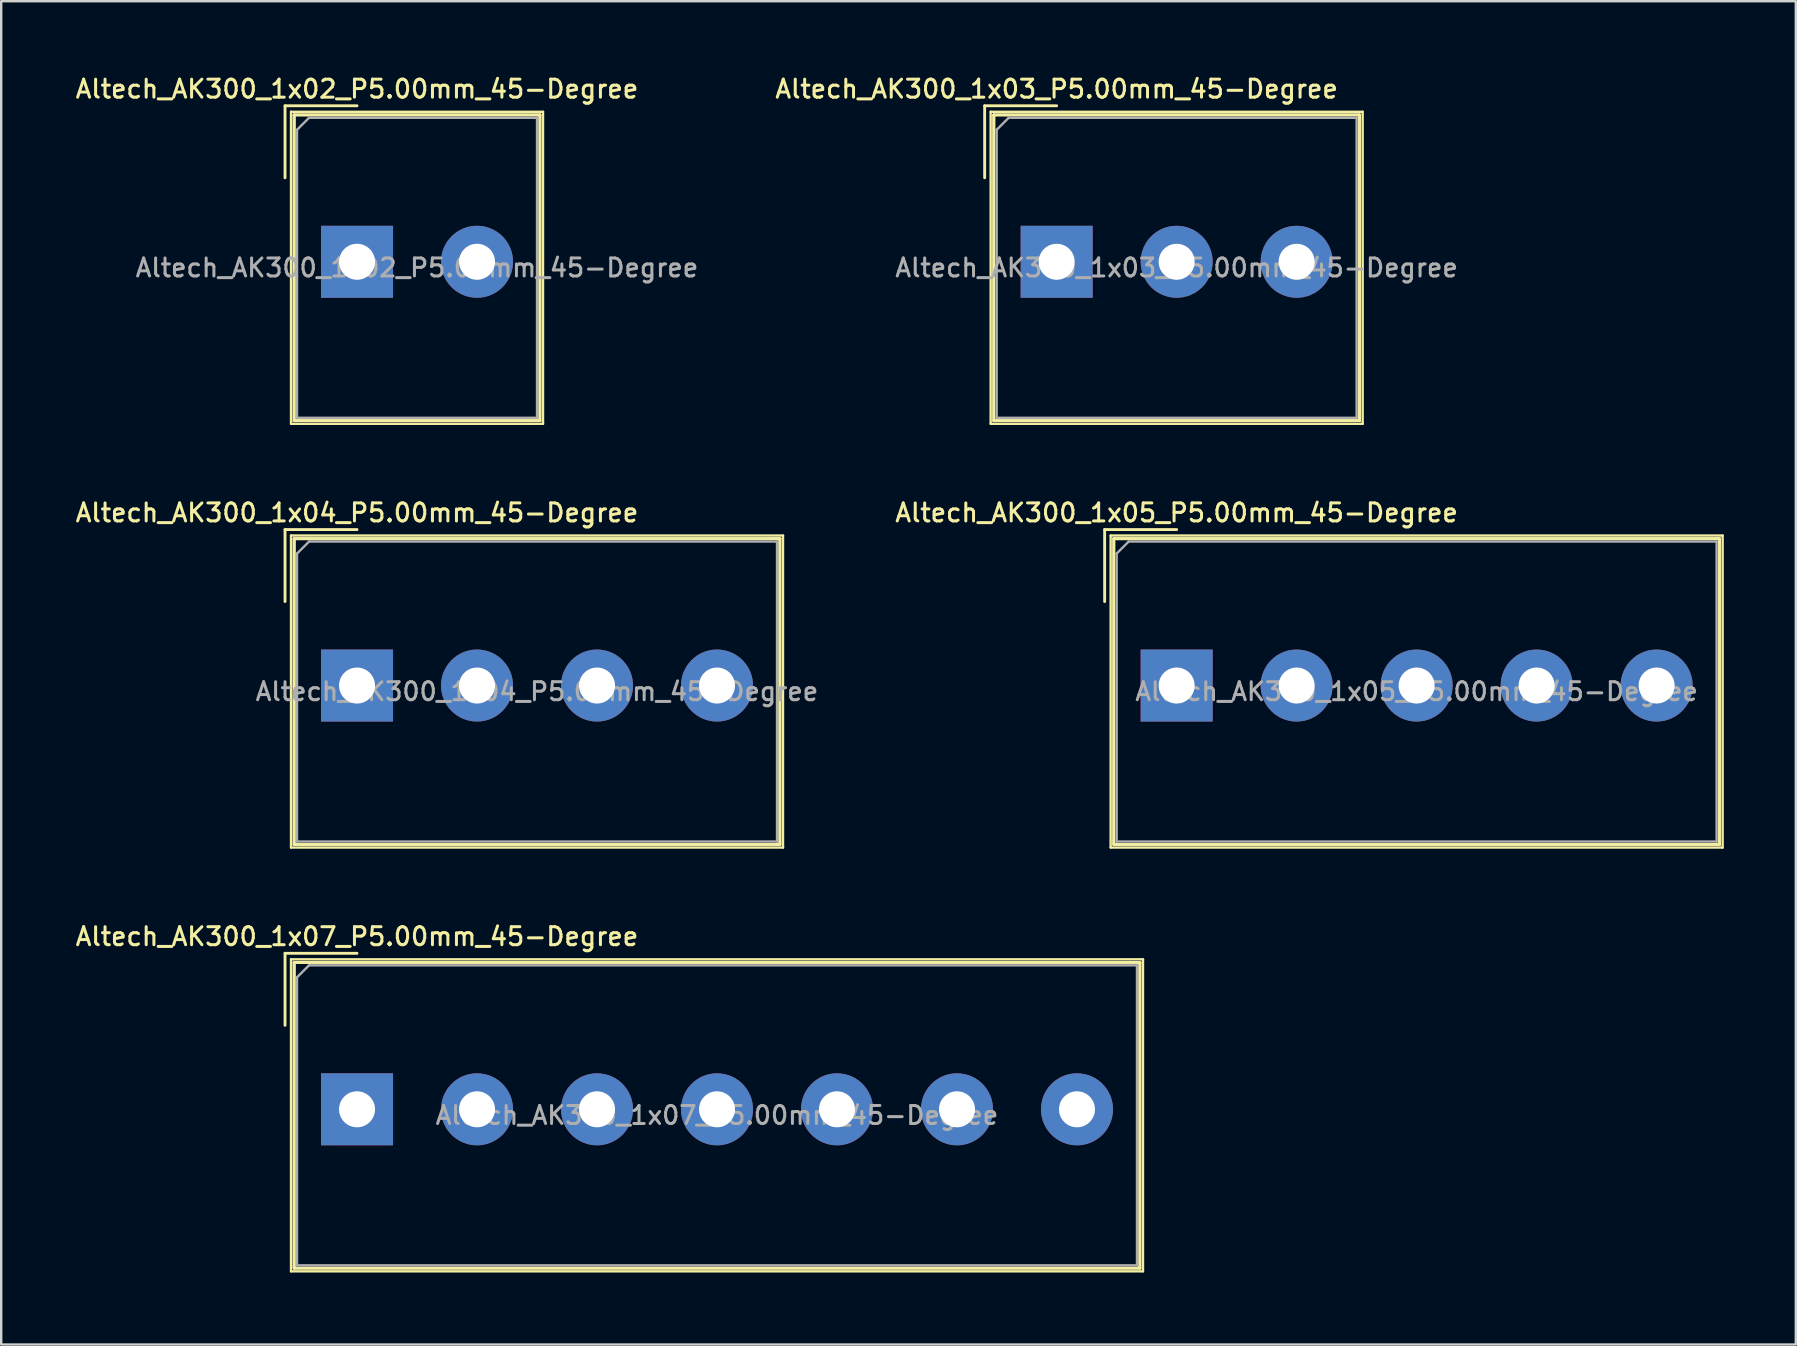
<source format=kicad_pcb>
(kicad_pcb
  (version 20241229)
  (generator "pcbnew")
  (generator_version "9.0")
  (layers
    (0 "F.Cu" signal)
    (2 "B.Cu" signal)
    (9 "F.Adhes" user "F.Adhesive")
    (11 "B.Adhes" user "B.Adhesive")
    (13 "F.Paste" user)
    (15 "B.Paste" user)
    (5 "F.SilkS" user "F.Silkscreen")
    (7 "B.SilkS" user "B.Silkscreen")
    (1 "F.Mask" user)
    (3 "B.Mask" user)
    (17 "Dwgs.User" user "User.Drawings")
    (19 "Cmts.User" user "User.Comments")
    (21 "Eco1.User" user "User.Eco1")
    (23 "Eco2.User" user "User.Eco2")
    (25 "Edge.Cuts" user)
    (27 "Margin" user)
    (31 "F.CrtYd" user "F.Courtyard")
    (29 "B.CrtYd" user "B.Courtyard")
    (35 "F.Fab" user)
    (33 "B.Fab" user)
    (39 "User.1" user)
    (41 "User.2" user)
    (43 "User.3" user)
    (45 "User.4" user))
  (footprint "Altech_AK300_1x03_P5.00mm_45-Degree"
    (layer "F.Cu")
    (at 40.98 7.858)
    (property "Reference" "Altech_AK300_1x03_P5.00mm_45-Degree" (at 0 -7.2 0) (layer "F.SilkS") (effects (font (size 0.75 0.75) (thickness 0.125))))
    (attr through_hole)
    (fp_line (start -3 -6.5) (end 0 -6.5) (stroke (width 0.12) (type solid)) (layer "F.SilkS"))
    (fp_line (start -3 -3.5) (end -3 -6.5) (stroke (width 0.12) (type solid)) (layer "F.SilkS"))
    (fp_line (start -2.75 -6.25) (end -2.75 6.75) (stroke (width 0.1) (type solid)) (layer "F.SilkS"))
    (fp_line (start -2.75 -6.25) (end 12.75 -6.25) (stroke (width 0.1) (type solid)) (layer "F.SilkS"))
    (fp_line (start -2.75 6.75) (end 12.75 6.75) (stroke (width 0.1) (type solid)) (layer "F.SilkS"))
    (fp_line (start -2.62 -6.12) (end -2.62 6.62) (stroke (width 0.12) (type solid)) (layer "F.SilkS"))
    (fp_line (start -2.62 -6.12) (end -2.62 6.62) (stroke (width 0.12) (type solid)) (layer "F.SilkS"))
    (fp_line (start -2.62 -6.12) (end 12.62 -6.12) (stroke (width 0.12) (type solid)) (layer "F.SilkS"))
    (fp_line (start -2.62 -6.12) (end 12.62 -6.12) (stroke (width 0.12) (type solid)) (layer "F.SilkS"))
    (fp_line (start -2.62 6.62) (end 12.62 6.62) (stroke (width 0.12) (type solid)) (layer "F.SilkS"))
    (fp_line (start -2.62 6.62) (end 12.62 6.62) (stroke (width 0.12) (type solid)) (layer "F.SilkS"))
    (fp_line (start 12.62 -6.12) (end 12.62 6.62) (stroke (width 0.12) (type solid)) (layer "F.SilkS"))
    (fp_line (start 12.62 -6.12) (end 12.62 6.62) (stroke (width 0.12) (type solid)) (layer "F.SilkS"))
    (fp_line (start 12.75 -6.25) (end 12.75 6.75) (stroke (width 0.1) (type solid)) (layer "F.SilkS"))
    (fp_line (start -2.5 -5.5) (end -2 -6) (stroke (width 0.1) (type solid)) (layer "F.Fab"))
    (fp_line (start -2.5 6.5) (end -2.5 -5.5) (stroke (width 0.1) (type solid)) (layer "F.Fab"))
    (fp_line (start -2 -6) (end 12.5 -6) (stroke (width 0.1) (type solid)) (layer "F.Fab"))
    (fp_line (start 12.5 -6) (end 12.5 6.5) (stroke (width 0.1) (type solid)) (layer "F.Fab"))
    (fp_line (start 12.5 6.5) (end -2.5 6.5) (stroke (width 0.1) (type solid)) (layer "F.Fab"))
    (fp_text user "${REFERENCE}" (at 5 0.25 0) (layer "F.Fab") (effects (font (size 0.75 0.75) (thickness 0.125))))
    (pad "1" thru_hole rect (at 0 0) (size 3 3) (drill 1.5) (layers "*.Cu" "*.Mask"))
    (pad "2" thru_hole circle (at 5 0) (size 3 3) (drill 1.5) (layers "*.Cu" "*.Mask"))
    (pad "3" thru_hole circle (at 10 0) (size 3 3) (drill 1.5) (layers "*.Cu" "*.Mask")))
  (footprint "Altech_AK300_1x02_P5.00mm_45-Degree"
    (layer "F.Cu")
    (at 11.827 7.858)
    (property "Reference" "Altech_AK300_1x02_P5.00mm_45-Degree" (at 0 -7.2 0) (layer "F.SilkS") (effects (font (size 0.75 0.75) (thickness 0.125))))
    (attr through_hole)
    (fp_line (start -3 -6.5) (end 0 -6.5) (stroke (width 0.12) (type solid)) (layer "F.SilkS"))
    (fp_line (start -3 -3.5) (end -3 -6.5) (stroke (width 0.12) (type solid)) (layer "F.SilkS"))
    (fp_line (start -2.75 -6.25) (end -2.75 6.75) (stroke (width 0.1) (type solid)) (layer "F.SilkS"))
    (fp_line (start -2.75 -6.25) (end 7.75 -6.25) (stroke (width 0.1) (type solid)) (layer "F.SilkS"))
    (fp_line (start -2.75 6.75) (end 7.75 6.75) (stroke (width 0.1) (type solid)) (layer "F.SilkS"))
    (fp_line (start -2.62 -6.12) (end -2.62 6.62) (stroke (width 0.12) (type solid)) (layer "F.SilkS"))
    (fp_line (start -2.62 -6.12) (end -2.62 6.62) (stroke (width 0.12) (type solid)) (layer "F.SilkS"))
    (fp_line (start -2.62 -6.12) (end 7.62 -6.12) (stroke (width 0.12) (type solid)) (layer "F.SilkS"))
    (fp_line (start -2.62 -6.12) (end 7.62 -6.12) (stroke (width 0.12) (type solid)) (layer "F.SilkS"))
    (fp_line (start -2.62 6.62) (end 7.62 6.62) (stroke (width 0.12) (type solid)) (layer "F.SilkS"))
    (fp_line (start -2.62 6.62) (end 7.62 6.62) (stroke (width 0.12) (type solid)) (layer "F.SilkS"))
    (fp_line (start 7.62 -6.12) (end 7.62 6.62) (stroke (width 0.12) (type solid)) (layer "F.SilkS"))
    (fp_line (start 7.62 -6.12) (end 7.62 6.62) (stroke (width 0.12) (type solid)) (layer "F.SilkS"))
    (fp_line (start 7.75 -6.25) (end 7.75 6.75) (stroke (width 0.1) (type solid)) (layer "F.SilkS"))
    (fp_line (start -2.5 -5.5) (end -2 -6) (stroke (width 0.1) (type solid)) (layer "F.Fab"))
    (fp_line (start -2.5 6.5) (end -2.5 -5.5) (stroke (width 0.1) (type solid)) (layer "F.Fab"))
    (fp_line (start -2 -6) (end 7.5 -6) (stroke (width 0.1) (type solid)) (layer "F.Fab"))
    (fp_line (start 7.5 -6) (end 7.5 6.5) (stroke (width 0.1) (type solid)) (layer "F.Fab"))
    (fp_line (start 7.5 6.5) (end -2.5 6.5) (stroke (width 0.1) (type solid)) (layer "F.Fab"))
    (fp_text user "${REFERENCE}" (at 2.5 0.25 0) (layer "F.Fab") (effects (font (size 0.75 0.75) (thickness 0.125))))
    (pad "1" thru_hole rect (at 0 0) (size 3 3) (drill 1.5) (layers "*.Cu" "*.Mask"))
    (pad "2" thru_hole circle (at 5 0) (size 3 3) (drill 1.5) (layers "*.Cu" "*.Mask")))
  (footprint "Altech_AK300_1x05_P5.00mm_45-Degree"
    (layer "F.Cu")
    (at 45.98 25.516)
    (property "Reference" "Altech_AK300_1x05_P5.00mm_45-Degree" (at 0 -7.2 0) (layer "F.SilkS") (effects (font (size 0.75 0.75) (thickness 0.125))))
    (attr through_hole)
    (fp_line (start -3 -6.5) (end 0 -6.5) (stroke (width 0.12) (type solid)) (layer "F.SilkS"))
    (fp_line (start -3 -3.5) (end -3 -6.5) (stroke (width 0.12) (type solid)) (layer "F.SilkS"))
    (fp_line (start -2.75 -6.25) (end -2.75 6.75) (stroke (width 0.1) (type solid)) (layer "F.SilkS"))
    (fp_line (start -2.75 -6.25) (end 22.75 -6.25) (stroke (width 0.1) (type solid)) (layer "F.SilkS"))
    (fp_line (start -2.75 6.75) (end 22.75 6.75) (stroke (width 0.1) (type solid)) (layer "F.SilkS"))
    (fp_line (start -2.62 -6.12) (end -2.62 6.62) (stroke (width 0.12) (type solid)) (layer "F.SilkS"))
    (fp_line (start -2.62 -6.12) (end -2.62 6.62) (stroke (width 0.12) (type solid)) (layer "F.SilkS"))
    (fp_line (start -2.62 -6.12) (end 22.62 -6.12) (stroke (width 0.12) (type solid)) (layer "F.SilkS"))
    (fp_line (start -2.62 -6.12) (end 22.62 -6.12) (stroke (width 0.12) (type solid)) (layer "F.SilkS"))
    (fp_line (start -2.62 6.62) (end 22.62 6.62) (stroke (width 0.12) (type solid)) (layer "F.SilkS"))
    (fp_line (start -2.62 6.62) (end 22.62 6.62) (stroke (width 0.12) (type solid)) (layer "F.SilkS"))
    (fp_line (start 22.62 -6.12) (end 22.62 6.62) (stroke (width 0.12) (type solid)) (layer "F.SilkS"))
    (fp_line (start 22.62 -6.12) (end 22.62 6.62) (stroke (width 0.12) (type solid)) (layer "F.SilkS"))
    (fp_line (start 22.75 -6.25) (end 22.75 6.75) (stroke (width 0.1) (type solid)) (layer "F.SilkS"))
    (fp_line (start -2.5 -5.5) (end -2 -6) (stroke (width 0.1) (type solid)) (layer "F.Fab"))
    (fp_line (start -2.5 6.5) (end -2.5 -5.5) (stroke (width 0.1) (type solid)) (layer "F.Fab"))
    (fp_line (start -2 -6) (end 22.5 -6) (stroke (width 0.1) (type solid)) (layer "F.Fab"))
    (fp_line (start 22.5 -6) (end 22.5 6.5) (stroke (width 0.1) (type solid)) (layer "F.Fab"))
    (fp_line (start 22.5 6.5) (end -2.5 6.5) (stroke (width 0.1) (type solid)) (layer "F.Fab"))
    (fp_text user "${REFERENCE}" (at 10 0.25 0) (layer "F.Fab") (effects (font (size 0.75 0.75) (thickness 0.125))))
    (pad "1" thru_hole rect (at 0 0) (size 3 3) (drill 1.5) (layers "*.Cu" "*.Mask"))
    (pad "2" thru_hole circle (at 5 0) (size 3 3) (drill 1.5) (layers "*.Cu" "*.Mask"))
    (pad "3" thru_hole circle (at 10 0) (size 3 3) (drill 1.5) (layers "*.Cu" "*.Mask"))
    (pad "4" thru_hole circle (at 15 0) (size 3 3) (drill 1.5) (layers "*.Cu" "*.Mask"))
    (pad "5" thru_hole circle (at 20 0) (size 3 3) (drill 1.5) (layers "*.Cu" "*.Mask")))
  (footprint "Altech_AK300_1x04_P5.00mm_45-Degree"
    (layer "F.Cu")
    (at 11.827 25.516)
    (property "Reference" "Altech_AK300_1x04_P5.00mm_45-Degree" (at 0 -7.2 0) (layer "F.SilkS") (effects (font (size 0.75 0.75) (thickness 0.125))))
    (attr through_hole)
    (fp_line (start -3 -6.5) (end 0 -6.5) (stroke (width 0.12) (type solid)) (layer "F.SilkS"))
    (fp_line (start -3 -3.5) (end -3 -6.5) (stroke (width 0.12) (type solid)) (layer "F.SilkS"))
    (fp_line (start -2.75 -6.25) (end -2.75 6.75) (stroke (width 0.1) (type solid)) (layer "F.SilkS"))
    (fp_line (start -2.75 -6.25) (end 17.75 -6.25) (stroke (width 0.1) (type solid)) (layer "F.SilkS"))
    (fp_line (start -2.75 6.75) (end 17.75 6.75) (stroke (width 0.1) (type solid)) (layer "F.SilkS"))
    (fp_line (start -2.62 -6.12) (end -2.62 6.62) (stroke (width 0.12) (type solid)) (layer "F.SilkS"))
    (fp_line (start -2.62 -6.12) (end -2.62 6.62) (stroke (width 0.12) (type solid)) (layer "F.SilkS"))
    (fp_line (start -2.62 -6.12) (end 17.62 -6.12) (stroke (width 0.12) (type solid)) (layer "F.SilkS"))
    (fp_line (start -2.62 -6.12) (end 17.62 -6.12) (stroke (width 0.12) (type solid)) (layer "F.SilkS"))
    (fp_line (start -2.62 6.62) (end 17.62 6.62) (stroke (width 0.12) (type solid)) (layer "F.SilkS"))
    (fp_line (start -2.62 6.62) (end 17.62 6.62) (stroke (width 0.12) (type solid)) (layer "F.SilkS"))
    (fp_line (start 17.62 -6.12) (end 17.62 6.62) (stroke (width 0.12) (type solid)) (layer "F.SilkS"))
    (fp_line (start 17.62 -6.12) (end 17.62 6.62) (stroke (width 0.12) (type solid)) (layer "F.SilkS"))
    (fp_line (start 17.75 -6.25) (end 17.75 6.75) (stroke (width 0.1) (type solid)) (layer "F.SilkS"))
    (fp_line (start -2.5 -5.5) (end -2 -6) (stroke (width 0.1) (type solid)) (layer "F.Fab"))
    (fp_line (start -2.5 6.5) (end -2.5 -5.5) (stroke (width 0.1) (type solid)) (layer "F.Fab"))
    (fp_line (start -2 -6) (end 17.5 -6) (stroke (width 0.1) (type solid)) (layer "F.Fab"))
    (fp_line (start 17.5 -6) (end 17.5 6.5) (stroke (width 0.1) (type solid)) (layer "F.Fab"))
    (fp_line (start 17.5 6.5) (end -2.5 6.5) (stroke (width 0.1) (type solid)) (layer "F.Fab"))
    (fp_text user "${REFERENCE}" (at 7.5 0.25 0) (layer "F.Fab") (effects (font (size 0.75 0.75) (thickness 0.125))))
    (pad "1" thru_hole rect (at 0 0) (size 3 3) (drill 1.5) (layers "*.Cu" "*.Mask"))
    (pad "2" thru_hole circle (at 5 0) (size 3 3) (drill 1.5) (layers "*.Cu" "*.Mask"))
    (pad "3" thru_hole circle (at 10 0) (size 3 3) (drill 1.5) (layers "*.Cu" "*.Mask"))
    (pad "4" thru_hole circle (at 15 0) (size 3 3) (drill 1.5) (layers "*.Cu" "*.Mask")))
  (footprint "Altech_AK300_1x07_P5.00mm_45-Degree"
    (layer "F.Cu")
    (at 11.827 43.174)
    (property "Reference" "Altech_AK300_1x07_P5.00mm_45-Degree" (at 0 -7.2 0) (layer "F.SilkS") (effects (font (size 0.75 0.75) (thickness 0.125))))
    (attr through_hole)
    (fp_line (start -3 -6.5) (end 0 -6.5) (stroke (width 0.12) (type solid)) (layer "F.SilkS"))
    (fp_line (start -3 -3.5) (end -3 -6.5) (stroke (width 0.12) (type solid)) (layer "F.SilkS"))
    (fp_line (start -2.75 -6.25) (end -2.75 6.75) (stroke (width 0.1) (type solid)) (layer "F.SilkS"))
    (fp_line (start -2.75 -6.25) (end 32.75 -6.25) (stroke (width 0.1) (type solid)) (layer "F.SilkS"))
    (fp_line (start -2.75 6.75) (end 32.75 6.75) (stroke (width 0.1) (type solid)) (layer "F.SilkS"))
    (fp_line (start -2.62 -6.12) (end -2.62 6.62) (stroke (width 0.12) (type solid)) (layer "F.SilkS"))
    (fp_line (start -2.62 -6.12) (end -2.62 6.62) (stroke (width 0.12) (type solid)) (layer "F.SilkS"))
    (fp_line (start -2.62 -6.12) (end 32.62 -6.12) (stroke (width 0.12) (type solid)) (layer "F.SilkS"))
    (fp_line (start -2.62 -6.12) (end 32.62 -6.12) (stroke (width 0.12) (type solid)) (layer "F.SilkS"))
    (fp_line (start -2.62 6.62) (end 32.62 6.62) (stroke (width 0.12) (type solid)) (layer "F.SilkS"))
    (fp_line (start -2.62 6.62) (end 32.62 6.62) (stroke (width 0.12) (type solid)) (layer "F.SilkS"))
    (fp_line (start 32.62 -6.12) (end 32.62 6.62) (stroke (width 0.12) (type solid)) (layer "F.SilkS"))
    (fp_line (start 32.62 -6.12) (end 32.62 6.62) (stroke (width 0.12) (type solid)) (layer "F.SilkS"))
    (fp_line (start 32.75 -6.25) (end 32.75 6.75) (stroke (width 0.1) (type solid)) (layer "F.SilkS"))
    (fp_line (start -2.5 -5.5) (end -2 -6) (stroke (width 0.1) (type solid)) (layer "F.Fab"))
    (fp_line (start -2.5 6.5) (end -2.5 -5.5) (stroke (width 0.1) (type solid)) (layer "F.Fab"))
    (fp_line (start -2 -6) (end 32.5 -6) (stroke (width 0.1) (type solid)) (layer "F.Fab"))
    (fp_line (start 32.5 -6) (end 32.5 6.5) (stroke (width 0.1) (type solid)) (layer "F.Fab"))
    (fp_line (start 32.5 6.5) (end -2.5 6.5) (stroke (width 0.1) (type solid)) (layer "F.Fab"))
    (fp_text user "${REFERENCE}" (at 15 0.25 0) (layer "F.Fab") (effects (font (size 0.75 0.75) (thickness 0.125))))
    (pad "1" thru_hole rect (at 0 0) (size 3 3) (drill 1.5) (layers "*.Cu" "*.Mask"))
    (pad "2" thru_hole circle (at 5 0) (size 3 3) (drill 1.5) (layers "*.Cu" "*.Mask"))
    (pad "3" thru_hole circle (at 10 0) (size 3 3) (drill 1.5) (layers "*.Cu" "*.Mask"))
    (pad "4" thru_hole circle (at 15 0) (size 3 3) (drill 1.5) (layers "*.Cu" "*.Mask"))
    (pad "5" thru_hole circle (at 20 0) (size 3 3) (drill 1.5) (layers "*.Cu" "*.Mask"))
    (pad "6" thru_hole circle (at 25 0) (size 3 3) (drill 1.5) (layers "*.Cu" "*.Mask"))
    (pad "7" thru_hole circle (at 30 0) (size 3 3) (drill 1.5) (layers "*.Cu" "*.Mask")))
  (gr_rect
    (start -3 -3)
    (end 71.78 52.974)
    (stroke (width 0.1) (type default))
    (fill no)
    (layer "Edge.Cuts")))
</source>
